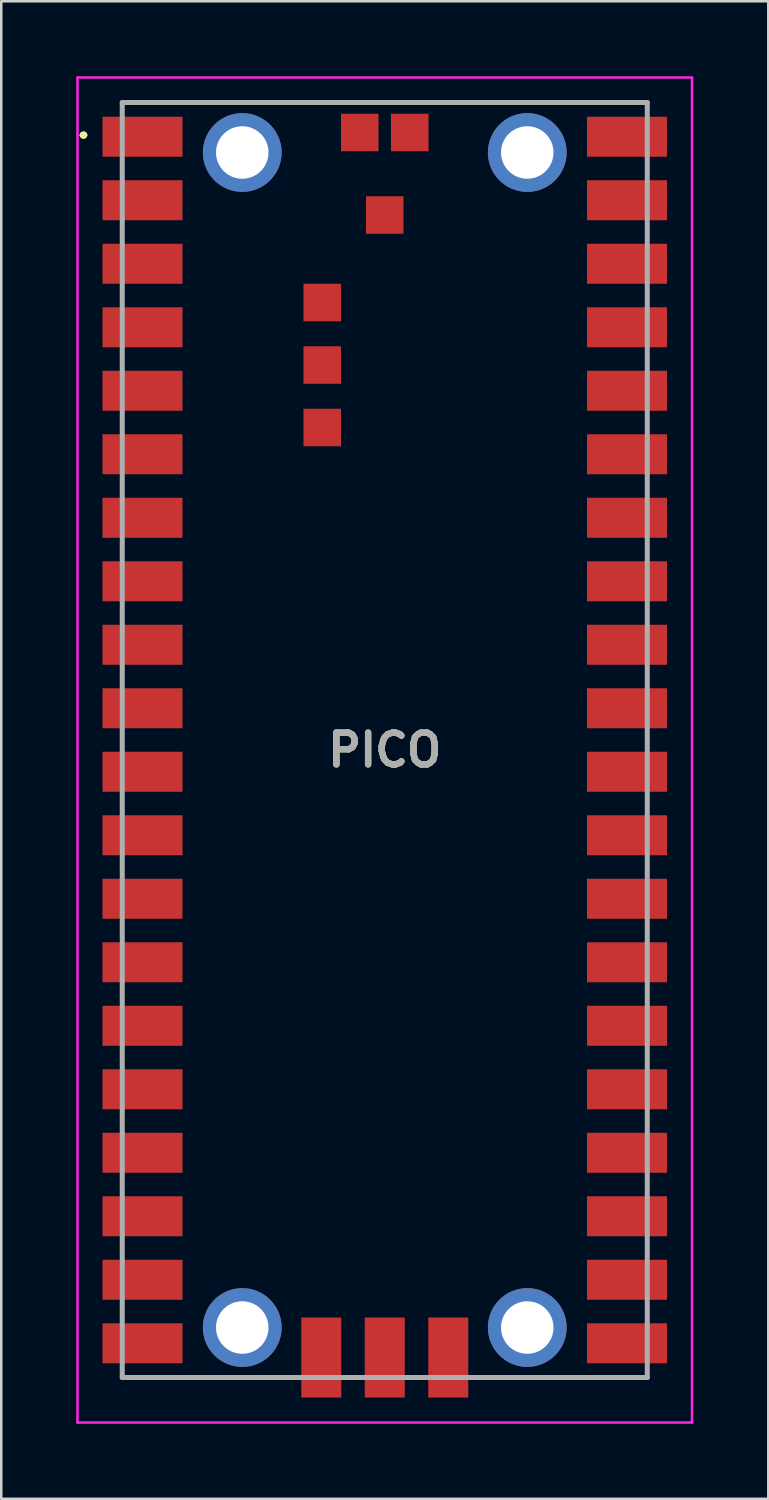
<source format=kicad_pcb>
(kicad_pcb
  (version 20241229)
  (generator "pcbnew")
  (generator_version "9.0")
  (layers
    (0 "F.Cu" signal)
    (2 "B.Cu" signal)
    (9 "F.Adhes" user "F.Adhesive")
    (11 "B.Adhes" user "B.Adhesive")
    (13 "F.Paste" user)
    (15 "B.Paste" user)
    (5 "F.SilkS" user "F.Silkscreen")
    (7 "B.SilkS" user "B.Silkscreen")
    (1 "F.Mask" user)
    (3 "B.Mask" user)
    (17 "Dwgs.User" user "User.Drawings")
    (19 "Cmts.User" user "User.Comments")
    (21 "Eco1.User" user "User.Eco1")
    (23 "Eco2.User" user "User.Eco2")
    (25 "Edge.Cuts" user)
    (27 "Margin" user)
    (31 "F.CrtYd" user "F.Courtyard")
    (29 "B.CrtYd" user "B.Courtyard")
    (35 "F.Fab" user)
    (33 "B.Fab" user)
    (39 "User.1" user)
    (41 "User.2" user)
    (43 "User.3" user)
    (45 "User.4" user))
  (footprint "PICO"
    (layer "F.Cu")
    (at 12.34 26.55)
    (property "Reference" "PICO" (at 0 0.4 0) (layer "F.SilkS") (effects (font (size 1.27 1.27) (thickness 0.254))))
    (attr through_hole)
    (fp_line (start -12.1 -24.2) (end -12.1 -24.2) (stroke (width 0.2) (type solid)) (layer "F.SilkS"))
    (fp_line (start -12.1 -24.2) (end -12.1 -24.2) (stroke (width 0.2) (type solid)) (layer "F.SilkS"))
    (fp_line (start -12 -24.2) (end -12 -24.2) (stroke (width 0.2) (type solid)) (layer "F.SilkS"))
    (fp_arc (start -12.1 -24.2) (mid -12.05 -24.25) (end -12 -24.2) (stroke (width 0.2) (type solid)) (layer "F.SilkS"))
    (fp_arc (start -12 -24.2) (mid -12.05 -24.15) (end -12.1 -24.2) (stroke (width 0.2) (type solid)) (layer "F.SilkS"))
    (fp_arc (start -12 -24.2) (mid -12.05 -24.15) (end -12.1 -24.2) (stroke (width 0.2) (type solid)) (layer "F.SilkS"))
    (fp_line (start -12.29 -26.5) (end 12.29 -26.5) (stroke (width 0.1) (type solid)) (layer "F.CrtYd"))
    (fp_line (start -12.29 27.3) (end -12.29 -26.5) (stroke (width 0.1) (type solid)) (layer "F.CrtYd"))
    (fp_line (start 12.29 -26.5) (end 12.29 27.3) (stroke (width 0.1) (type solid)) (layer "F.CrtYd"))
    (fp_line (start 12.29 27.3) (end -12.29 27.3) (stroke (width 0.1) (type solid)) (layer "F.CrtYd"))
    (fp_line (start -10.5 -25.5) (end -10.5 25.5) (stroke (width 0.2) (type solid)) (layer "F.Fab"))
    (fp_line (start -10.5 25.5) (end 10.5 25.5) (stroke (width 0.2) (type solid)) (layer "F.Fab"))
    (fp_line (start 10.5 -25.5) (end -10.5 -25.5) (stroke (width 0.2) (type solid)) (layer "F.Fab"))
    (fp_line (start 10.5 25.5) (end 10.5 -25.5) (stroke (width 0.2) (type solid)) (layer "F.Fab"))
    (fp_text user "${REFERENCE}" (at 0 0.4 0) (layer "F.Fab") (effects (font (size 1.27 1.27) (thickness 0.254))))
    (pad "1" smd rect (at -9.69 -24.13 90) (size 1.6 3.2) (layers "F.Cu" "F.Mask" "F.Paste"))
    (pad "2" smd rect (at -9.69 -21.59 90) (size 1.6 3.2) (layers "F.Cu" "F.Mask" "F.Paste"))
    (pad "3" smd rect (at -9.69 -19.05 90) (size 1.6 3.2) (layers "F.Cu" "F.Mask" "F.Paste"))
    (pad "4" smd rect (at -9.69 -16.51 90) (size 1.6 3.2) (layers "F.Cu" "F.Mask" "F.Paste"))
    (pad "5" smd rect (at -9.69 -13.97 90) (size 1.6 3.2) (layers "F.Cu" "F.Mask" "F.Paste"))
    (pad "6" smd rect (at -9.69 -11.43 90) (size 1.6 3.2) (layers "F.Cu" "F.Mask" "F.Paste"))
    (pad "7" smd rect (at -9.69 -8.89 90) (size 1.6 3.2) (layers "F.Cu" "F.Mask" "F.Paste"))
    (pad "8" smd rect (at -9.69 -6.35 90) (size 1.6 3.2) (layers "F.Cu" "F.Mask" "F.Paste"))
    (pad "9" smd rect (at -9.69 -3.81 90) (size 1.6 3.2) (layers "F.Cu" "F.Mask" "F.Paste"))
    (pad "10" smd rect (at -9.69 -1.27 90) (size 1.6 3.2) (layers "F.Cu" "F.Mask" "F.Paste"))
    (pad "11" smd rect (at -9.69 1.27 90) (size 1.6 3.2) (layers "F.Cu" "F.Mask" "F.Paste"))
    (pad "12" smd rect (at -9.69 3.81 90) (size 1.6 3.2) (layers "F.Cu" "F.Mask" "F.Paste"))
    (pad "13" smd rect (at -9.69 6.35 90) (size 1.6 3.2) (layers "F.Cu" "F.Mask" "F.Paste"))
    (pad "14" smd rect (at -9.69 8.89 90) (size 1.6 3.2) (layers "F.Cu" "F.Mask" "F.Paste"))
    (pad "15" smd rect (at -9.69 11.43 90) (size 1.6 3.2) (layers "F.Cu" "F.Mask" "F.Paste"))
    (pad "16" smd rect (at -9.69 13.97 90) (size 1.6 3.2) (layers "F.Cu" "F.Mask" "F.Paste"))
    (pad "17" smd rect (at -9.69 16.51 90) (size 1.6 3.2) (layers "F.Cu" "F.Mask" "F.Paste"))
    (pad "18" smd rect (at -9.69 19.05 90) (size 1.6 3.2) (layers "F.Cu" "F.Mask" "F.Paste"))
    (pad "19" smd rect (at -9.69 21.59 90) (size 1.6 3.2) (layers "F.Cu" "F.Mask" "F.Paste"))
    (pad "20" smd rect (at -9.69 24.13 90) (size 1.6 3.2) (layers "F.Cu" "F.Mask" "F.Paste"))
    (pad "21" smd rect (at 9.69 24.13 90) (size 1.6 3.2) (layers "F.Cu" "F.Mask" "F.Paste"))
    (pad "22" smd rect (at 9.69 21.59 90) (size 1.6 3.2) (layers "F.Cu" "F.Mask" "F.Paste"))
    (pad "23" smd rect (at 9.69 19.05 90) (size 1.6 3.2) (layers "F.Cu" "F.Mask" "F.Paste"))
    (pad "24" smd rect (at 9.69 16.51 90) (size 1.6 3.2) (layers "F.Cu" "F.Mask" "F.Paste"))
    (pad "25" smd rect (at 9.69 13.97 90) (size 1.6 3.2) (layers "F.Cu" "F.Mask" "F.Paste"))
    (pad "26" smd rect (at 9.69 11.43 90) (size 1.6 3.2) (layers "F.Cu" "F.Mask" "F.Paste"))
    (pad "27" smd rect (at 9.69 8.89 90) (size 1.6 3.2) (layers "F.Cu" "F.Mask" "F.Paste"))
    (pad "28" smd rect (at 9.69 6.35 90) (size 1.6 3.2) (layers "F.Cu" "F.Mask" "F.Paste"))
    (pad "29" smd rect (at 9.69 3.81 90) (size 1.6 3.2) (layers "F.Cu" "F.Mask" "F.Paste"))
    (pad "30" smd rect (at 9.69 1.27 90) (size 1.6 3.2) (layers "F.Cu" "F.Mask" "F.Paste"))
    (pad "31" smd rect (at 9.69 -1.27 90) (size 1.6 3.2) (layers "F.Cu" "F.Mask" "F.Paste"))
    (pad "32" smd rect (at 9.69 -3.81 90) (size 1.6 3.2) (layers "F.Cu" "F.Mask" "F.Paste"))
    (pad "33" smd rect (at 9.69 -6.35 90) (size 1.6 3.2) (layers "F.Cu" "F.Mask" "F.Paste"))
    (pad "34" smd rect (at 9.69 -8.89 90) (size 1.6 3.2) (layers "F.Cu" "F.Mask" "F.Paste"))
    (pad "35" smd rect (at 9.69 -11.43 90) (size 1.6 3.2) (layers "F.Cu" "F.Mask" "F.Paste"))
    (pad "36" smd rect (at 9.69 -13.97 90) (size 1.6 3.2) (layers "F.Cu" "F.Mask" "F.Paste"))
    (pad "37" smd rect (at 9.69 -16.51 90) (size 1.6 3.2) (layers "F.Cu" "F.Mask" "F.Paste"))
    (pad "38" smd rect (at 9.69 -19.05 90) (size 1.6 3.2) (layers "F.Cu" "F.Mask" "F.Paste"))
    (pad "39" smd rect (at 9.69 -21.59 90) (size 1.6 3.2) (layers "F.Cu" "F.Mask" "F.Paste"))
    (pad "40" smd rect (at 9.69 -24.13 90) (size 1.6 3.2) (layers "F.Cu" "F.Mask" "F.Paste"))
    (pad "D1" smd rect (at -2.54 24.7) (size 1.6 3.2) (layers "F.Cu" "F.Mask" "F.Paste"))
    (pad "D2" smd rect (at 0 24.7) (size 1.6 3.2) (layers "F.Cu" "F.Mask" "F.Paste"))
    (pad "D3" smd rect (at 2.54 24.7) (size 1.6 3.2) (layers "F.Cu" "F.Mask" "F.Paste"))
    (pad "MH1" thru_hole circle (at -5.7 -23.5) (size 3.15 3.15) (drill 2.1) (layers "*.Cu" "*.Mask"))
    (pad "MH2" thru_hole circle (at 5.7 -23.5) (size 3.15 3.15) (drill 2.1) (layers "*.Cu" "*.Mask"))
    (pad "MH3" thru_hole circle (at -5.7 23.5) (size 3.15 3.15) (drill 2.1) (layers "*.Cu" "*.Mask"))
    (pad "MH4" thru_hole circle (at 5.7 23.5) (size 3.15 3.15) (drill 2.1) (layers "*.Cu" "*.Mask"))
    (pad "TP1" smd rect (at 0 -21 90) (size 1.5 1.5) (layers "F.Cu" "F.Mask" "F.Paste"))
    (pad "TP2" smd rect (at 1 -24.3 90) (size 1.5 1.5) (layers "F.Cu" "F.Mask" "F.Paste"))
    (pad "TP3" smd rect (at -1 -24.3 90) (size 1.5 1.5) (layers "F.Cu" "F.Mask" "F.Paste"))
    (pad "TP4" smd rect (at -2.5 -17.5 90) (size 1.5 1.5) (layers "F.Cu" "F.Mask" "F.Paste"))
    (pad "TP5" smd rect (at -2.5 -15 90) (size 1.5 1.5) (layers "F.Cu" "F.Mask" "F.Paste"))
    (pad "TP6" smd rect (at -2.5 -12.5 90) (size 1.5 1.5) (layers "F.Cu" "F.Mask" "F.Paste")))
  (gr_rect
    (start -3 -3)
    (end 27.68 56.9)
    (stroke (width 0.1) (type default))
    (fill no)
    (layer "Edge.Cuts")))
</source>
